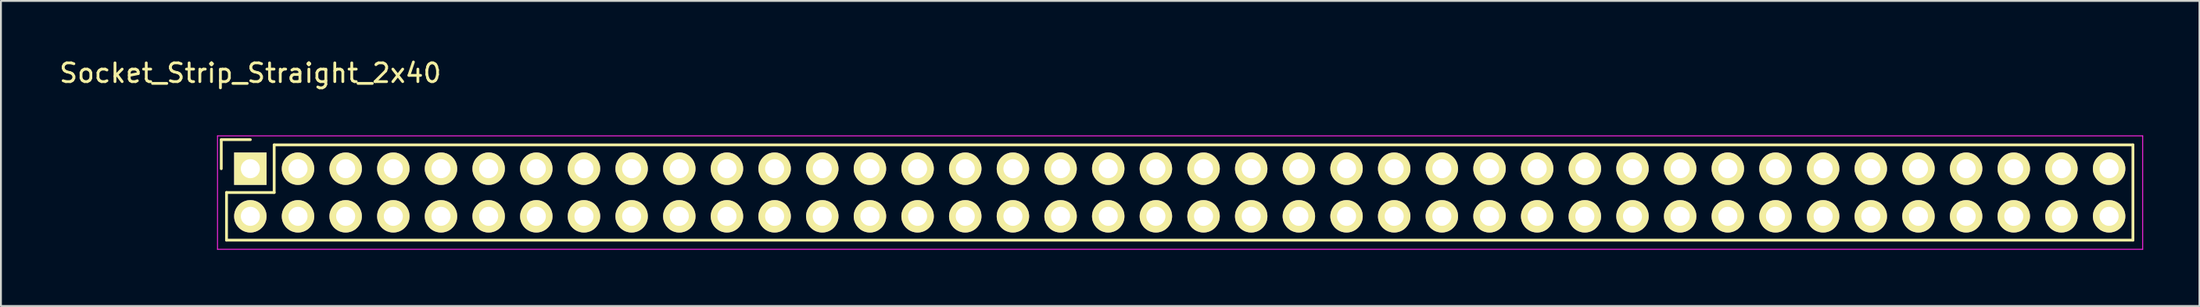
<source format=kicad_pcb>
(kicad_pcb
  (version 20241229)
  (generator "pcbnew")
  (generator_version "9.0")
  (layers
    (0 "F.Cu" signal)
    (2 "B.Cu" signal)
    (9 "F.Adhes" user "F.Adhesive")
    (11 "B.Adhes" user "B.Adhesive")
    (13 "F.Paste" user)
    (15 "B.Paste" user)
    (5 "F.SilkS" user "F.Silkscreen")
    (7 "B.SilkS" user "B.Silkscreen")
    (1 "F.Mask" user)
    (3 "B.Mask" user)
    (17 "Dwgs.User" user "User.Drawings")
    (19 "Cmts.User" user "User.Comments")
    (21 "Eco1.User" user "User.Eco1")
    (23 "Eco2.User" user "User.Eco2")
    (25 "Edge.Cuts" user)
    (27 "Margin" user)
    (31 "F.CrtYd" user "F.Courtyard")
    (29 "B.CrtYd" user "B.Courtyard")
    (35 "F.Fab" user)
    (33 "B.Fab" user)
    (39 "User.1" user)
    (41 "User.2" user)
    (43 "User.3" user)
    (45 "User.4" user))
  (footprint "Socket_Strip_Straight_2x40"
    (layer "F.Cu")
    (at 10.292 5.948)
    (property "Reference" "Socket_Strip_Straight_2x40" (at 0 -5.1 0) (layer "F.SilkS") (effects (font (size 1 1) (thickness 0.15))))
    (attr through_hole)
    (fp_line (start -1.55 -1.55) (end -1.55 0) (stroke (width 0.15) (type solid)) (layer "F.SilkS"))
    (fp_line (start -1.27 1.27) (end 1.27 1.27) (stroke (width 0.15) (type solid)) (layer "F.SilkS"))
    (fp_line (start -1.27 3.81) (end -1.27 1.27) (stroke (width 0.15) (type solid)) (layer "F.SilkS"))
    (fp_line (start -1.27 3.81) (end 100.33 3.81) (stroke (width 0.15) (type solid)) (layer "F.SilkS"))
    (fp_line (start 0 -1.55) (end -1.55 -1.55) (stroke (width 0.15) (type solid)) (layer "F.SilkS"))
    (fp_line (start 1.27 1.27) (end 1.27 -1.27) (stroke (width 0.15) (type solid)) (layer "F.SilkS"))
    (fp_line (start 100.33 -1.27) (end 1.27 -1.27) (stroke (width 0.15) (type solid)) (layer "F.SilkS"))
    (fp_line (start 100.33 3.81) (end 100.33 -1.27) (stroke (width 0.15) (type solid)) (layer "F.SilkS"))
    (fp_line (start -1.75 -1.75) (end -1.75 4.3) (stroke (width 0.05) (type solid)) (layer "F.CrtYd"))
    (fp_line (start -1.75 -1.75) (end 100.85 -1.75) (stroke (width 0.05) (type solid)) (layer "F.CrtYd"))
    (fp_line (start -1.75 4.3) (end 100.85 4.3) (stroke (width 0.05) (type solid)) (layer "F.CrtYd"))
    (fp_line (start 100.85 -1.75) (end 100.85 4.3) (stroke (width 0.05) (type solid)) (layer "F.CrtYd"))
    (pad "1" thru_hole rect (at 0 0) (size 1.727 1.727) (drill 1.016) (layers "*.Cu" "*.Mask" "F.SilkS"))
    (pad "2" thru_hole oval (at 0 2.54) (size 1.727 1.727) (drill 1.016) (layers "*.Cu" "*.Mask" "F.SilkS"))
    (pad "3" thru_hole oval (at 2.54 0) (size 1.727 1.727) (drill 1.016) (layers "*.Cu" "*.Mask" "F.SilkS"))
    (pad "4" thru_hole oval (at 2.54 2.54) (size 1.727 1.727) (drill 1.016) (layers "*.Cu" "*.Mask" "F.SilkS"))
    (pad "5" thru_hole oval (at 5.08 0) (size 1.727 1.727) (drill 1.016) (layers "*.Cu" "*.Mask" "F.SilkS"))
    (pad "6" thru_hole oval (at 5.08 2.54) (size 1.727 1.727) (drill 1.016) (layers "*.Cu" "*.Mask" "F.SilkS"))
    (pad "7" thru_hole oval (at 7.62 0) (size 1.727 1.727) (drill 1.016) (layers "*.Cu" "*.Mask" "F.SilkS"))
    (pad "8" thru_hole oval (at 7.62 2.54) (size 1.727 1.727) (drill 1.016) (layers "*.Cu" "*.Mask" "F.SilkS"))
    (pad "9" thru_hole oval (at 10.16 0) (size 1.727 1.727) (drill 1.016) (layers "*.Cu" "*.Mask" "F.SilkS"))
    (pad "10" thru_hole oval (at 10.16 2.54) (size 1.727 1.727) (drill 1.016) (layers "*.Cu" "*.Mask" "F.SilkS"))
    (pad "11" thru_hole oval (at 12.7 0) (size 1.727 1.727) (drill 1.016) (layers "*.Cu" "*.Mask" "F.SilkS"))
    (pad "12" thru_hole oval (at 12.7 2.54) (size 1.727 1.727) (drill 1.016) (layers "*.Cu" "*.Mask" "F.SilkS"))
    (pad "13" thru_hole oval (at 15.24 0) (size 1.727 1.727) (drill 1.016) (layers "*.Cu" "*.Mask" "F.SilkS"))
    (pad "14" thru_hole oval (at 15.24 2.54) (size 1.727 1.727) (drill 1.016) (layers "*.Cu" "*.Mask" "F.SilkS"))
    (pad "15" thru_hole oval (at 17.78 0) (size 1.727 1.727) (drill 1.016) (layers "*.Cu" "*.Mask" "F.SilkS"))
    (pad "16" thru_hole oval (at 17.78 2.54) (size 1.727 1.727) (drill 1.016) (layers "*.Cu" "*.Mask" "F.SilkS"))
    (pad "17" thru_hole oval (at 20.32 0) (size 1.727 1.727) (drill 1.016) (layers "*.Cu" "*.Mask" "F.SilkS"))
    (pad "18" thru_hole oval (at 20.32 2.54) (size 1.727 1.727) (drill 1.016) (layers "*.Cu" "*.Mask" "F.SilkS"))
    (pad "19" thru_hole oval (at 22.86 0) (size 1.727 1.727) (drill 1.016) (layers "*.Cu" "*.Mask" "F.SilkS"))
    (pad "20" thru_hole oval (at 22.86 2.54) (size 1.727 1.727) (drill 1.016) (layers "*.Cu" "*.Mask" "F.SilkS"))
    (pad "21" thru_hole oval (at 25.4 0) (size 1.727 1.727) (drill 1.016) (layers "*.Cu" "*.Mask" "F.SilkS"))
    (pad "22" thru_hole oval (at 25.4 2.54) (size 1.727 1.727) (drill 1.016) (layers "*.Cu" "*.Mask" "F.SilkS"))
    (pad "23" thru_hole oval (at 27.94 0) (size 1.727 1.727) (drill 1.016) (layers "*.Cu" "*.Mask" "F.SilkS"))
    (pad "24" thru_hole oval (at 27.94 2.54) (size 1.727 1.727) (drill 1.016) (layers "*.Cu" "*.Mask" "F.SilkS"))
    (pad "25" thru_hole oval (at 30.48 0) (size 1.727 1.727) (drill 1.016) (layers "*.Cu" "*.Mask" "F.SilkS"))
    (pad "26" thru_hole oval (at 30.48 2.54) (size 1.727 1.727) (drill 1.016) (layers "*.Cu" "*.Mask" "F.SilkS"))
    (pad "27" thru_hole oval (at 33.02 0) (size 1.727 1.727) (drill 1.016) (layers "*.Cu" "*.Mask" "F.SilkS"))
    (pad "28" thru_hole oval (at 33.02 2.54) (size 1.727 1.727) (drill 1.016) (layers "*.Cu" "*.Mask" "F.SilkS"))
    (pad "29" thru_hole oval (at 35.56 0) (size 1.727 1.727) (drill 1.016) (layers "*.Cu" "*.Mask" "F.SilkS"))
    (pad "30" thru_hole oval (at 35.56 2.54) (size 1.727 1.727) (drill 1.016) (layers "*.Cu" "*.Mask" "F.SilkS"))
    (pad "31" thru_hole oval (at 38.1 0) (size 1.727 1.727) (drill 1.016) (layers "*.Cu" "*.Mask" "F.SilkS"))
    (pad "32" thru_hole oval (at 38.1 2.54) (size 1.727 1.727) (drill 1.016) (layers "*.Cu" "*.Mask" "F.SilkS"))
    (pad "33" thru_hole oval (at 40.64 0) (size 1.727 1.727) (drill 1.016) (layers "*.Cu" "*.Mask" "F.SilkS"))
    (pad "34" thru_hole oval (at 40.64 2.54) (size 1.727 1.727) (drill 1.016) (layers "*.Cu" "*.Mask" "F.SilkS"))
    (pad "35" thru_hole oval (at 43.18 0) (size 1.727 1.727) (drill 1.016) (layers "*.Cu" "*.Mask" "F.SilkS"))
    (pad "36" thru_hole oval (at 43.18 2.54) (size 1.727 1.727) (drill 1.016) (layers "*.Cu" "*.Mask" "F.SilkS"))
    (pad "37" thru_hole oval (at 45.72 0) (size 1.727 1.727) (drill 1.016) (layers "*.Cu" "*.Mask" "F.SilkS"))
    (pad "38" thru_hole oval (at 45.72 2.54) (size 1.727 1.727) (drill 1.016) (layers "*.Cu" "*.Mask" "F.SilkS"))
    (pad "39" thru_hole oval (at 48.26 0) (size 1.727 1.727) (drill 1.016) (layers "*.Cu" "*.Mask" "F.SilkS"))
    (pad "40" thru_hole oval (at 48.26 2.54) (size 1.727 1.727) (drill 1.016) (layers "*.Cu" "*.Mask" "F.SilkS"))
    (pad "41" thru_hole oval (at 50.8 0) (size 1.727 1.727) (drill 1.016) (layers "*.Cu" "*.Mask" "F.SilkS"))
    (pad "42" thru_hole oval (at 50.8 2.54) (size 1.727 1.727) (drill 1.016) (layers "*.Cu" "*.Mask" "F.SilkS"))
    (pad "43" thru_hole oval (at 53.34 0) (size 1.727 1.727) (drill 1.016) (layers "*.Cu" "*.Mask" "F.SilkS"))
    (pad "44" thru_hole oval (at 53.34 2.54) (size 1.727 1.727) (drill 1.016) (layers "*.Cu" "*.Mask" "F.SilkS"))
    (pad "45" thru_hole oval (at 55.88 0) (size 1.727 1.727) (drill 1.016) (layers "*.Cu" "*.Mask" "F.SilkS"))
    (pad "46" thru_hole oval (at 55.88 2.54) (size 1.727 1.727) (drill 1.016) (layers "*.Cu" "*.Mask" "F.SilkS"))
    (pad "47" thru_hole oval (at 58.42 0) (size 1.727 1.727) (drill 1.016) (layers "*.Cu" "*.Mask" "F.SilkS"))
    (pad "48" thru_hole oval (at 58.42 2.54) (size 1.727 1.727) (drill 1.016) (layers "*.Cu" "*.Mask" "F.SilkS"))
    (pad "49" thru_hole oval (at 60.96 0) (size 1.727 1.727) (drill 1.016) (layers "*.Cu" "*.Mask" "F.SilkS"))
    (pad "50" thru_hole oval (at 60.96 2.54) (size 1.727 1.727) (drill 1.016) (layers "*.Cu" "*.Mask" "F.SilkS"))
    (pad "51" thru_hole oval (at 63.5 0) (size 1.727 1.727) (drill 1.016) (layers "*.Cu" "*.Mask" "F.SilkS"))
    (pad "52" thru_hole oval (at 63.5 2.54) (size 1.727 1.727) (drill 1.016) (layers "*.Cu" "*.Mask" "F.SilkS"))
    (pad "53" thru_hole oval (at 66.04 0) (size 1.727 1.727) (drill 1.016) (layers "*.Cu" "*.Mask" "F.SilkS"))
    (pad "54" thru_hole oval (at 66.04 2.54) (size 1.727 1.727) (drill 1.016) (layers "*.Cu" "*.Mask" "F.SilkS"))
    (pad "55" thru_hole oval (at 68.58 0) (size 1.727 1.727) (drill 1.016) (layers "*.Cu" "*.Mask" "F.SilkS"))
    (pad "56" thru_hole oval (at 68.58 2.54) (size 1.727 1.727) (drill 1.016) (layers "*.Cu" "*.Mask" "F.SilkS"))
    (pad "57" thru_hole oval (at 71.12 0) (size 1.727 1.727) (drill 1.016) (layers "*.Cu" "*.Mask" "F.SilkS"))
    (pad "58" thru_hole oval (at 71.12 2.54) (size 1.727 1.727) (drill 1.016) (layers "*.Cu" "*.Mask" "F.SilkS"))
    (pad "59" thru_hole oval (at 73.66 0) (size 1.727 1.727) (drill 1.016) (layers "*.Cu" "*.Mask" "F.SilkS"))
    (pad "60" thru_hole oval (at 73.66 2.54) (size 1.727 1.727) (drill 1.016) (layers "*.Cu" "*.Mask" "F.SilkS"))
    (pad "61" thru_hole oval (at 76.2 0) (size 1.727 1.727) (drill 1.016) (layers "*.Cu" "*.Mask" "F.SilkS"))
    (pad "62" thru_hole oval (at 76.2 2.54) (size 1.727 1.727) (drill 1.016) (layers "*.Cu" "*.Mask" "F.SilkS"))
    (pad "63" thru_hole oval (at 78.74 0) (size 1.727 1.727) (drill 1.016) (layers "*.Cu" "*.Mask" "F.SilkS"))
    (pad "64" thru_hole oval (at 78.74 2.54) (size 1.727 1.727) (drill 1.016) (layers "*.Cu" "*.Mask" "F.SilkS"))
    (pad "65" thru_hole oval (at 81.28 0) (size 1.727 1.727) (drill 1.016) (layers "*.Cu" "*.Mask" "F.SilkS"))
    (pad "66" thru_hole oval (at 81.28 2.54) (size 1.727 1.727) (drill 1.016) (layers "*.Cu" "*.Mask" "F.SilkS"))
    (pad "67" thru_hole oval (at 83.82 0) (size 1.727 1.727) (drill 1.016) (layers "*.Cu" "*.Mask" "F.SilkS"))
    (pad "68" thru_hole oval (at 83.82 2.54) (size 1.727 1.727) (drill 1.016) (layers "*.Cu" "*.Mask" "F.SilkS"))
    (pad "69" thru_hole oval (at 86.36 0) (size 1.727 1.727) (drill 1.016) (layers "*.Cu" "*.Mask" "F.SilkS"))
    (pad "70" thru_hole oval (at 86.36 2.54) (size 1.727 1.727) (drill 1.016) (layers "*.Cu" "*.Mask" "F.SilkS"))
    (pad "71" thru_hole oval (at 88.9 0) (size 1.727 1.727) (drill 1.016) (layers "*.Cu" "*.Mask" "F.SilkS"))
    (pad "72" thru_hole oval (at 88.9 2.54) (size 1.727 1.727) (drill 1.016) (layers "*.Cu" "*.Mask" "F.SilkS"))
    (pad "73" thru_hole oval (at 91.44 0) (size 1.727 1.727) (drill 1.016) (layers "*.Cu" "*.Mask" "F.SilkS"))
    (pad "74" thru_hole oval (at 91.44 2.54) (size 1.727 1.727) (drill 1.016) (layers "*.Cu" "*.Mask" "F.SilkS"))
    (pad "75" thru_hole oval (at 93.98 0) (size 1.727 1.727) (drill 1.016) (layers "*.Cu" "*.Mask" "F.SilkS"))
    (pad "76" thru_hole oval (at 93.98 2.54) (size 1.727 1.727) (drill 1.016) (layers "*.Cu" "*.Mask" "F.SilkS"))
    (pad "77" thru_hole oval (at 96.52 0) (size 1.727 1.727) (drill 1.016) (layers "*.Cu" "*.Mask" "F.SilkS"))
    (pad "78" thru_hole oval (at 96.52 2.54) (size 1.727 1.727) (drill 1.016) (layers "*.Cu" "*.Mask" "F.SilkS"))
    (pad "79" thru_hole oval (at 99.06 0) (size 1.727 1.727) (drill 1.016) (layers "*.Cu" "*.Mask" "F.SilkS"))
    (pad "80" thru_hole oval (at 99.06 2.54) (size 1.727 1.727) (drill 1.016) (layers "*.Cu" "*.Mask" "F.SilkS")))
  (gr_rect
    (start -3 -3)
    (end 114.167 13.273)
    (stroke (width 0.1) (type default))
    (fill no)
    (layer "Edge.Cuts")))
</source>
